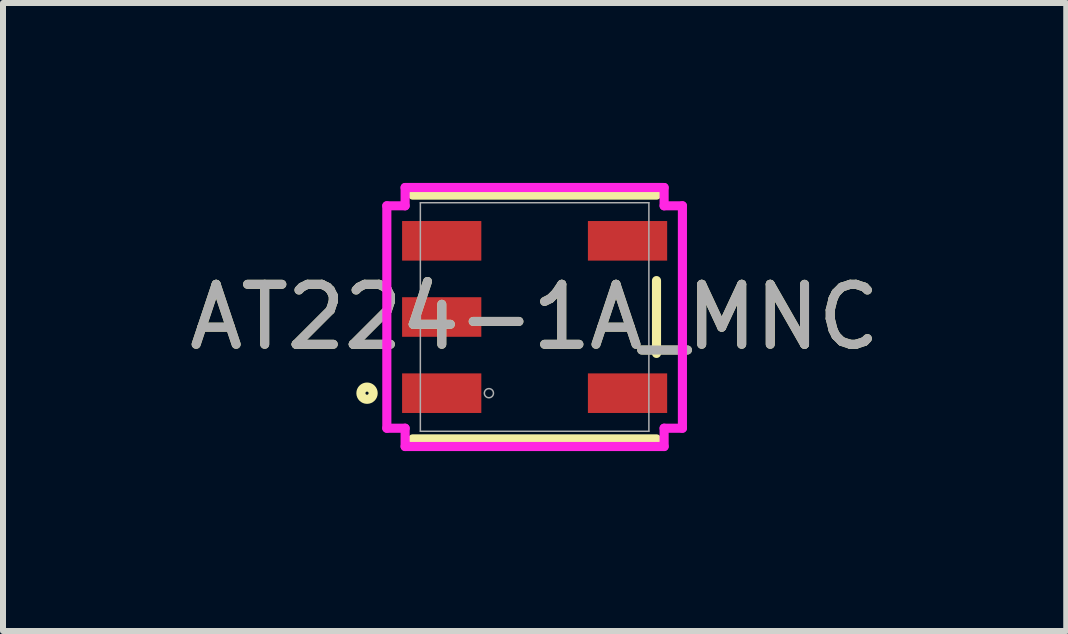
<source format=kicad_pcb>
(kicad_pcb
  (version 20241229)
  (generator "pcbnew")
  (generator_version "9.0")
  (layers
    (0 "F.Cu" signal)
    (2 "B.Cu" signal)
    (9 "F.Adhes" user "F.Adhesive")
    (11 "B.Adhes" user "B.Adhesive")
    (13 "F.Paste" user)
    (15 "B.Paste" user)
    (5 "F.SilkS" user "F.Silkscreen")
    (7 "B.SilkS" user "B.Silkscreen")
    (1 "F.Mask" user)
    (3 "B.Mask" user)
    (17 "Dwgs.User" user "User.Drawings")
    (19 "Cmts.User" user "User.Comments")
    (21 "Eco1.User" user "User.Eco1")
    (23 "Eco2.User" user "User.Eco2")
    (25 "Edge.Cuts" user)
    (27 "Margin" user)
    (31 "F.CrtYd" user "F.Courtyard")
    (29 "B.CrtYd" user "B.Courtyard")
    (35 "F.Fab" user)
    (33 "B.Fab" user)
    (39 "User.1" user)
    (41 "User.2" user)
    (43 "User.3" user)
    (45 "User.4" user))
  (footprint "AT224-1A_MNC"
    (layer "F.Cu")
    (at 5.863 2.235)
    (property "Reference" "AT224-1A_MNC" (at 0 0 0) (unlocked yes) (layer "F.SilkS") (effects (font (size 1 1) (thickness 0.15))))
    (attr smd)
    (fp_line (start -2.032 2.032) (end 2.032 2.032) (stroke (width 0.152) (type solid)) (layer "F.SilkS"))
    (fp_line (start 2.032 -2.032) (end -2.032 -2.032) (stroke (width 0.152) (type solid)) (layer "F.SilkS"))
    (fp_line (start 2.032 0.607) (end 2.032 -0.607) (stroke (width 0.152) (type solid)) (layer "F.SilkS"))
    (fp_circle (center -2.794 1.27) (end -2.692 1.27) (stroke (width 0.152) (type solid)) (fill no) (layer "F.SilkS"))
    (fp_line (start -2.464 -1.854) (end -2.159 -1.854) (stroke (width 0.152) (type solid)) (layer "F.CrtYd"))
    (fp_line (start -2.464 1.854) (end -2.464 -1.854) (stroke (width 0.152) (type solid)) (layer "F.CrtYd"))
    (fp_line (start -2.464 1.854) (end -2.159 1.854) (stroke (width 0.152) (type solid)) (layer "F.CrtYd"))
    (fp_line (start -2.159 -2.159) (end 2.159 -2.159) (stroke (width 0.152) (type solid)) (layer "F.CrtYd"))
    (fp_line (start -2.159 -1.854) (end -2.159 -2.159) (stroke (width 0.152) (type solid)) (layer "F.CrtYd"))
    (fp_line (start -2.159 2.159) (end -2.159 1.854) (stroke (width 0.152) (type solid)) (layer "F.CrtYd"))
    (fp_line (start 2.159 -2.159) (end 2.159 -1.854) (stroke (width 0.152) (type solid)) (layer "F.CrtYd"))
    (fp_line (start 2.159 1.854) (end 2.159 2.159) (stroke (width 0.152) (type solid)) (layer "F.CrtYd"))
    (fp_line (start 2.159 2.159) (end -2.159 2.159) (stroke (width 0.152) (type solid)) (layer "F.CrtYd"))
    (fp_line (start 2.464 -1.854) (end 2.159 -1.854) (stroke (width 0.152) (type solid)) (layer "F.CrtYd"))
    (fp_line (start 2.464 -1.854) (end 2.464 1.854) (stroke (width 0.152) (type solid)) (layer "F.CrtYd"))
    (fp_line (start 2.464 1.854) (end 2.159 1.854) (stroke (width 0.152) (type solid)) (layer "F.CrtYd"))
    (fp_line (start -1.905 -1.905) (end -1.905 1.905) (stroke (width 0.025) (type solid)) (layer "F.Fab"))
    (fp_line (start -1.905 1.905) (end 1.905 1.905) (stroke (width 0.025) (type solid)) (layer "F.Fab"))
    (fp_line (start 1.905 -1.905) (end -1.905 -1.905) (stroke (width 0.025) (type solid)) (layer "F.Fab"))
    (fp_line (start 1.905 1.905) (end 1.905 -1.905) (stroke (width 0.025) (type solid)) (layer "F.Fab"))
    (fp_circle (center -0.762 1.27) (end -0.686 1.27) (stroke (width 0.025) (type solid)) (fill no) (layer "F.Fab"))
    (fp_text user "${REFERENCE}" (at 0 0 0) (unlocked yes) (layer "F.Fab") (effects (font (size 1 1) (thickness 0.15))))
    (pad "1" smd rect (at -1.549 1.27) (size 1.321 0.66) (layers "F.Cu" "F.Mask" "F.Paste"))
    (pad "2" smd rect (at -1.549 0) (size 1.321 0.66) (layers "F.Cu" "F.Mask" "F.Paste"))
    (pad "3" smd rect (at -1.549 -1.27) (size 1.321 0.66) (layers "F.Cu" "F.Mask" "F.Paste"))
    (pad "4" smd rect (at 1.549 -1.27) (size 1.321 0.66) (layers "F.Cu" "F.Mask" "F.Paste"))
    (pad "6" smd rect (at 1.549 1.27) (size 1.321 0.66) (layers "F.Cu" "F.Mask" "F.Paste")))
  (gr_rect
    (start -3 -3)
    (end 14.726 7.47)
    (stroke (width 0.1) (type default))
    (fill no)
    (layer "Edge.Cuts")))
</source>
